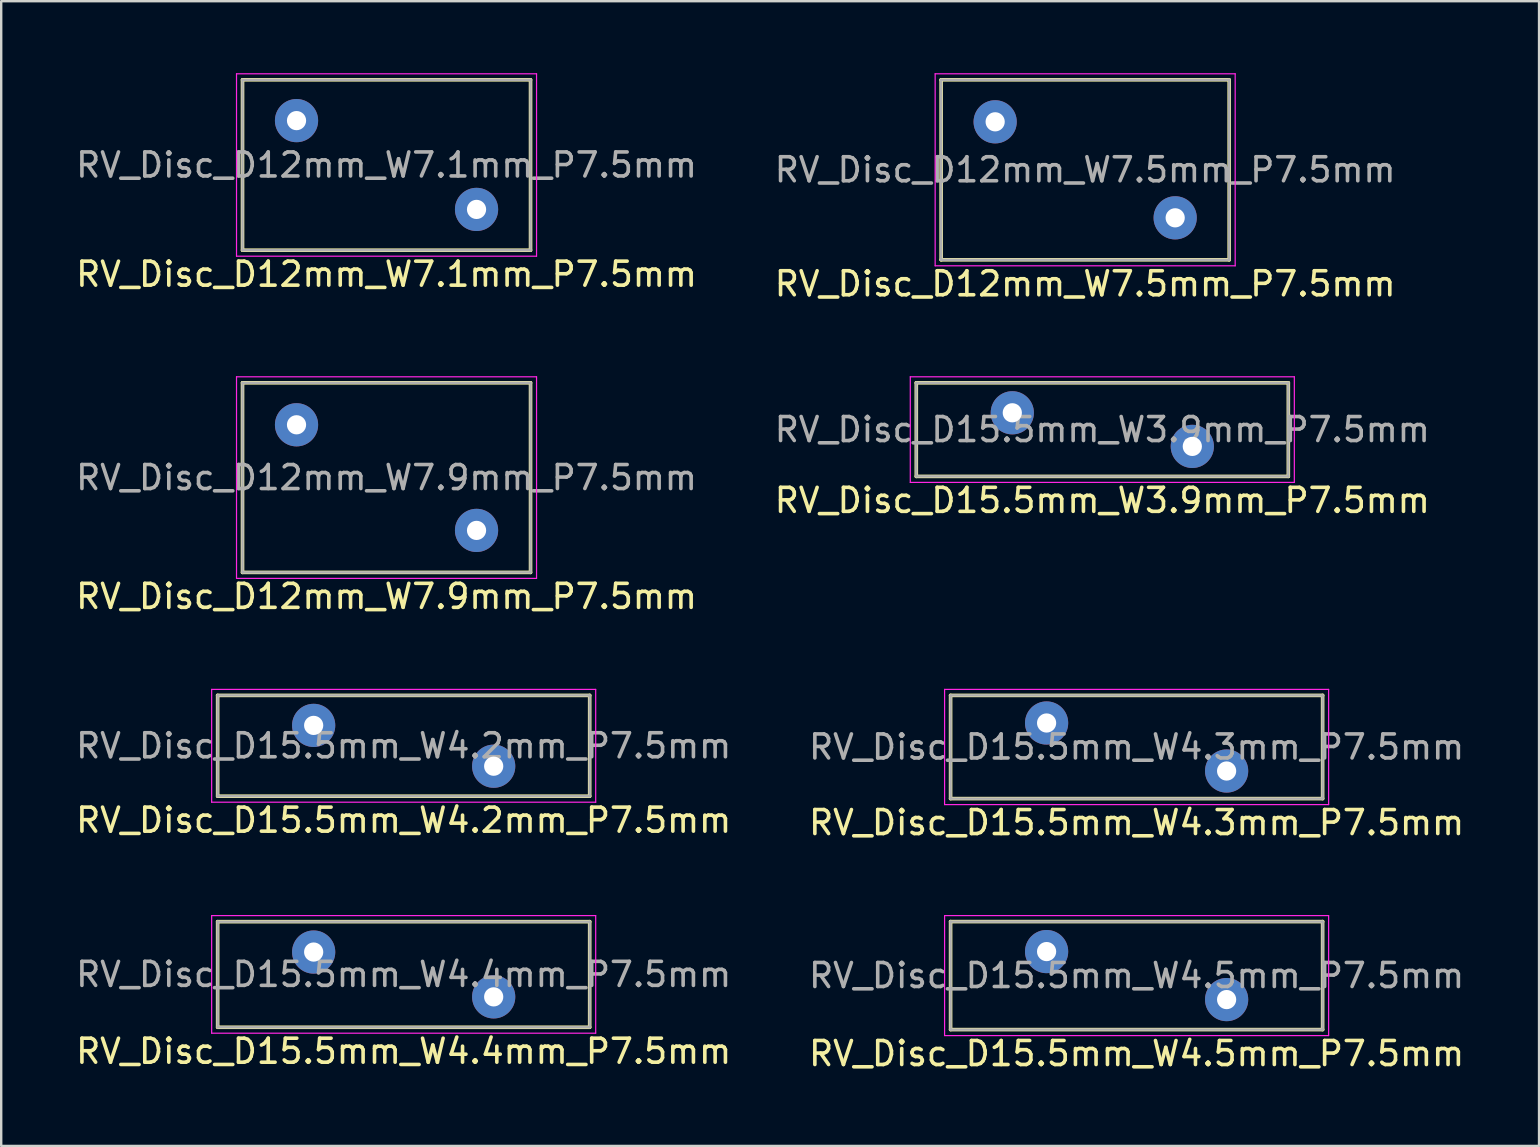
<source format=kicad_pcb>
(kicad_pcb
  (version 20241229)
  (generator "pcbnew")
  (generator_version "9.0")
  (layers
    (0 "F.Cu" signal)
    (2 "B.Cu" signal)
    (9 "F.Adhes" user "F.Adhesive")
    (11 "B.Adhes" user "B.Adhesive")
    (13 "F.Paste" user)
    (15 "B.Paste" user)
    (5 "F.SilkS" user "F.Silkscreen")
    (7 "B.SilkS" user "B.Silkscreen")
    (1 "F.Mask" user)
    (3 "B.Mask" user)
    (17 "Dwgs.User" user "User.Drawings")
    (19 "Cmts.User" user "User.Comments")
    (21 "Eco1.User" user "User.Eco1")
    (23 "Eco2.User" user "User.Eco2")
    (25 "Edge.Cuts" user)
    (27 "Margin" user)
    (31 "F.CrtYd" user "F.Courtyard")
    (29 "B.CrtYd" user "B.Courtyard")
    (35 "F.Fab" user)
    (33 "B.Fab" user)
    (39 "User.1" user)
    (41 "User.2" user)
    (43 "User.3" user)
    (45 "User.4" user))
  (footprint "RV_Disc_D12mm_W7.1mm_P7.5mm"
    (layer "F.Cu")
    (at 9.304 1.975)
    (property "Reference" "RV_Disc_D12mm_W7.1mm_P7.5mm" (at 3.75 6.4 0) (layer "F.SilkS") (effects (font (size 1 1) (thickness 0.15))))
    (attr through_hole)
    (fp_line (start -2.25 -1.7) (end -2.25 5.4) (stroke (width 0.15) (type solid)) (layer "F.SilkS"))
    (fp_line (start -2.25 -1.7) (end 9.75 -1.7) (stroke (width 0.15) (type solid)) (layer "F.SilkS"))
    (fp_line (start -2.25 5.4) (end 9.75 5.4) (stroke (width 0.15) (type solid)) (layer "F.SilkS"))
    (fp_line (start 9.75 -1.7) (end 9.75 5.4) (stroke (width 0.15) (type solid)) (layer "F.SilkS"))
    (fp_line (start -2.5 -1.95) (end -2.5 5.65) (stroke (width 0.05) (type solid)) (layer "F.CrtYd"))
    (fp_line (start -2.5 -1.95) (end 10 -1.95) (stroke (width 0.05) (type solid)) (layer "F.CrtYd"))
    (fp_line (start -2.5 5.65) (end 10 5.65) (stroke (width 0.05) (type solid)) (layer "F.CrtYd"))
    (fp_line (start 10 -1.95) (end 10 5.65) (stroke (width 0.05) (type solid)) (layer "F.CrtYd"))
    (fp_line (start -2.25 -1.7) (end -2.25 5.4) (stroke (width 0.1) (type solid)) (layer "F.Fab"))
    (fp_line (start -2.25 -1.7) (end 9.75 -1.7) (stroke (width 0.1) (type solid)) (layer "F.Fab"))
    (fp_line (start -2.25 5.4) (end 9.75 5.4) (stroke (width 0.1) (type solid)) (layer "F.Fab"))
    (fp_line (start 9.75 -1.7) (end 9.75 5.4) (stroke (width 0.1) (type solid)) (layer "F.Fab"))
    (fp_text user "${REFERENCE}" (at 3.75 1.85 0) (layer "F.Fab") (effects (font (size 1 1) (thickness 0.15))))
    (pad "1" thru_hole circle (at 0 0) (size 1.8 1.8) (drill 0.8) (layers "*.Cu" "*.Mask"))
    (pad "2" thru_hole circle (at 7.5 3.7) (size 1.8 1.8) (drill 0.8) (layers "*.Cu" "*.Mask")))
  (footprint "RV_Disc_D12mm_W7.5mm_P7.5mm"
    (layer "F.Cu")
    (at 38.411 2.025)
    (property "Reference" "RV_Disc_D12mm_W7.5mm_P7.5mm" (at 3.75 6.75 0) (layer "F.SilkS") (effects (font (size 1 1) (thickness 0.15))))
    (attr through_hole)
    (fp_line (start -2.25 -1.75) (end -2.25 5.75) (stroke (width 0.15) (type solid)) (layer "F.SilkS"))
    (fp_line (start -2.25 -1.75) (end 9.75 -1.75) (stroke (width 0.15) (type solid)) (layer "F.SilkS"))
    (fp_line (start -2.25 5.75) (end 9.75 5.75) (stroke (width 0.15) (type solid)) (layer "F.SilkS"))
    (fp_line (start 9.75 -1.75) (end 9.75 5.75) (stroke (width 0.15) (type solid)) (layer "F.SilkS"))
    (fp_line (start -2.5 -2) (end -2.5 6) (stroke (width 0.05) (type solid)) (layer "F.CrtYd"))
    (fp_line (start -2.5 -2) (end 10 -2) (stroke (width 0.05) (type solid)) (layer "F.CrtYd"))
    (fp_line (start -2.5 6) (end 10 6) (stroke (width 0.05) (type solid)) (layer "F.CrtYd"))
    (fp_line (start 10 -2) (end 10 6) (stroke (width 0.05) (type solid)) (layer "F.CrtYd"))
    (fp_line (start -2.25 -1.75) (end -2.25 5.75) (stroke (width 0.1) (type solid)) (layer "F.Fab"))
    (fp_line (start -2.25 -1.75) (end 9.75 -1.75) (stroke (width 0.1) (type solid)) (layer "F.Fab"))
    (fp_line (start -2.25 5.75) (end 9.75 5.75) (stroke (width 0.1) (type solid)) (layer "F.Fab"))
    (fp_line (start 9.75 -1.75) (end 9.75 5.75) (stroke (width 0.1) (type solid)) (layer "F.Fab"))
    (fp_text user "${REFERENCE}" (at 3.75 2 0) (layer "F.Fab") (effects (font (size 1 1) (thickness 0.15))))
    (pad "1" thru_hole circle (at 0 0) (size 1.8 1.8) (drill 0.8) (layers "*.Cu" "*.Mask"))
    (pad "2" thru_hole circle (at 7.5 4) (size 1.8 1.8) (drill 0.8) (layers "*.Cu" "*.Mask")))
  (footprint "RV_Disc_D15.5mm_W4.4mm_P7.5mm"
    (layer "F.Cu")
    (at 10.018 36.615)
    (property "Reference" "RV_Disc_D15.5mm_W4.4mm_P7.5mm" (at 3.75 4.133 0) (layer "F.SilkS") (effects (font (size 1 1) (thickness 0.15))))
    (attr through_hole)
    (fp_line (start -4 -1.267) (end -4 3.133) (stroke (width 0.15) (type solid)) (layer "F.SilkS"))
    (fp_line (start -4 -1.267) (end 11.5 -1.267) (stroke (width 0.15) (type solid)) (layer "F.SilkS"))
    (fp_line (start -4 3.133) (end 11.5 3.133) (stroke (width 0.15) (type solid)) (layer "F.SilkS"))
    (fp_line (start 11.5 -1.267) (end 11.5 3.133) (stroke (width 0.15) (type solid)) (layer "F.SilkS"))
    (fp_line (start -4.25 -1.52) (end -4.25 3.38) (stroke (width 0.05) (type solid)) (layer "F.CrtYd"))
    (fp_line (start -4.25 -1.52) (end 11.75 -1.52) (stroke (width 0.05) (type solid)) (layer "F.CrtYd"))
    (fp_line (start -4.25 3.38) (end 11.75 3.38) (stroke (width 0.05) (type solid)) (layer "F.CrtYd"))
    (fp_line (start 11.75 -1.52) (end 11.75 3.38) (stroke (width 0.05) (type solid)) (layer "F.CrtYd"))
    (fp_line (start -4 -1.267) (end -4 3.133) (stroke (width 0.1) (type solid)) (layer "F.Fab"))
    (fp_line (start -4 -1.267) (end 11.5 -1.267) (stroke (width 0.1) (type solid)) (layer "F.Fab"))
    (fp_line (start -4 3.133) (end 11.5 3.133) (stroke (width 0.1) (type solid)) (layer "F.Fab"))
    (fp_line (start 11.5 -1.267) (end 11.5 3.133) (stroke (width 0.1) (type solid)) (layer "F.Fab"))
    (fp_text user "${REFERENCE}" (at 3.75 0.933 0) (layer "F.Fab") (effects (font (size 1 1) (thickness 0.15))))
    (pad "1" thru_hole circle (at 0 0) (size 1.8 1.8) (drill 0.8) (layers "*.Cu" "*.Mask"))
    (pad "2" thru_hole circle (at 7.5 1.867) (size 1.8 1.8) (drill 0.8) (layers "*.Cu" "*.Mask")))
  (footprint "RV_Disc_D15.5mm_W4.5mm_P7.5mm"
    (layer "F.Cu")
    (at 40.554 36.595)
    (property "Reference" "RV_Disc_D15.5mm_W4.5mm_P7.5mm" (at 3.75 4.25 0) (layer "F.SilkS") (effects (font (size 1 1) (thickness 0.15))))
    (attr through_hole)
    (fp_line (start -4 -1.25) (end -4 3.25) (stroke (width 0.15) (type solid)) (layer "F.SilkS"))
    (fp_line (start -4 -1.25) (end 11.5 -1.25) (stroke (width 0.15) (type solid)) (layer "F.SilkS"))
    (fp_line (start -4 3.25) (end 11.5 3.25) (stroke (width 0.15) (type solid)) (layer "F.SilkS"))
    (fp_line (start 11.5 -1.25) (end 11.5 3.25) (stroke (width 0.15) (type solid)) (layer "F.SilkS"))
    (fp_line (start -4.25 -1.5) (end -4.25 3.5) (stroke (width 0.05) (type solid)) (layer "F.CrtYd"))
    (fp_line (start -4.25 -1.5) (end 11.75 -1.5) (stroke (width 0.05) (type solid)) (layer "F.CrtYd"))
    (fp_line (start -4.25 3.5) (end 11.75 3.5) (stroke (width 0.05) (type solid)) (layer "F.CrtYd"))
    (fp_line (start 11.75 -1.5) (end 11.75 3.5) (stroke (width 0.05) (type solid)) (layer "F.CrtYd"))
    (fp_line (start -4 -1.25) (end -4 3.25) (stroke (width 0.1) (type solid)) (layer "F.Fab"))
    (fp_line (start -4 -1.25) (end 11.5 -1.25) (stroke (width 0.1) (type solid)) (layer "F.Fab"))
    (fp_line (start -4 3.25) (end 11.5 3.25) (stroke (width 0.1) (type solid)) (layer "F.Fab"))
    (fp_line (start 11.5 -1.25) (end 11.5 3.25) (stroke (width 0.1) (type solid)) (layer "F.Fab"))
    (fp_text user "${REFERENCE}" (at 3.75 1 0) (layer "F.Fab") (effects (font (size 1 1) (thickness 0.15))))
    (pad "1" thru_hole circle (at 0 0) (size 1.8 1.8) (drill 0.8) (layers "*.Cu" "*.Mask"))
    (pad "2" thru_hole circle (at 7.5 2) (size 1.8 1.8) (drill 0.8) (layers "*.Cu" "*.Mask")))
  (footprint "RV_Disc_D15.5mm_W4.3mm_P7.5mm"
    (layer "F.Cu")
    (at 40.554 27.072)
    (property "Reference" "RV_Disc_D15.5mm_W4.3mm_P7.5mm" (at 3.75 4.15 0) (layer "F.SilkS") (effects (font (size 1 1) (thickness 0.15))))
    (attr through_hole)
    (fp_line (start -4 -1.15) (end -4 3.15) (stroke (width 0.15) (type solid)) (layer "F.SilkS"))
    (fp_line (start -4 -1.15) (end 11.5 -1.15) (stroke (width 0.15) (type solid)) (layer "F.SilkS"))
    (fp_line (start -4 3.15) (end 11.5 3.15) (stroke (width 0.15) (type solid)) (layer "F.SilkS"))
    (fp_line (start 11.5 -1.15) (end 11.5 3.15) (stroke (width 0.15) (type solid)) (layer "F.SilkS"))
    (fp_line (start -4.25 -1.4) (end -4.25 3.4) (stroke (width 0.05) (type solid)) (layer "F.CrtYd"))
    (fp_line (start -4.25 -1.4) (end 11.75 -1.4) (stroke (width 0.05) (type solid)) (layer "F.CrtYd"))
    (fp_line (start -4.25 3.4) (end 11.75 3.4) (stroke (width 0.05) (type solid)) (layer "F.CrtYd"))
    (fp_line (start 11.75 -1.4) (end 11.75 3.4) (stroke (width 0.05) (type solid)) (layer "F.CrtYd"))
    (fp_line (start -4 -1.15) (end -4 3.15) (stroke (width 0.1) (type solid)) (layer "F.Fab"))
    (fp_line (start -4 -1.15) (end 11.5 -1.15) (stroke (width 0.1) (type solid)) (layer "F.Fab"))
    (fp_line (start -4 3.15) (end 11.5 3.15) (stroke (width 0.1) (type solid)) (layer "F.Fab"))
    (fp_line (start 11.5 -1.15) (end 11.5 3.15) (stroke (width 0.1) (type solid)) (layer "F.Fab"))
    (fp_text user "${REFERENCE}" (at 3.75 1 0) (layer "F.Fab") (effects (font (size 1 1) (thickness 0.15))))
    (pad "1" thru_hole circle (at 0 0) (size 1.8 1.8) (drill 0.8) (layers "*.Cu" "*.Mask"))
    (pad "2" thru_hole circle (at 7.5 2) (size 1.8 1.8) (drill 0.8) (layers "*.Cu" "*.Mask")))
  (footprint "RV_Disc_D12mm_W7.9mm_P7.5mm"
    (layer "F.Cu")
    (at 9.304 14.648)
    (property "Reference" "RV_Disc_D12mm_W7.9mm_P7.5mm" (at 3.75 7.15 0) (layer "F.SilkS") (effects (font (size 1 1) (thickness 0.15))))
    (attr through_hole)
    (fp_line (start -2.25 -1.75) (end -2.25 6.15) (stroke (width 0.15) (type solid)) (layer "F.SilkS"))
    (fp_line (start -2.25 -1.75) (end 9.75 -1.75) (stroke (width 0.15) (type solid)) (layer "F.SilkS"))
    (fp_line (start -2.25 6.15) (end 9.75 6.15) (stroke (width 0.15) (type solid)) (layer "F.SilkS"))
    (fp_line (start 9.75 -1.75) (end 9.75 6.15) (stroke (width 0.15) (type solid)) (layer "F.SilkS"))
    (fp_line (start -2.5 -2) (end -2.5 6.4) (stroke (width 0.05) (type solid)) (layer "F.CrtYd"))
    (fp_line (start -2.5 -2) (end 10 -2) (stroke (width 0.05) (type solid)) (layer "F.CrtYd"))
    (fp_line (start -2.5 6.4) (end 10 6.4) (stroke (width 0.05) (type solid)) (layer "F.CrtYd"))
    (fp_line (start 10 -2) (end 10 6.4) (stroke (width 0.05) (type solid)) (layer "F.CrtYd"))
    (fp_line (start -2.25 -1.75) (end -2.25 6.15) (stroke (width 0.1) (type solid)) (layer "F.Fab"))
    (fp_line (start -2.25 -1.75) (end 9.75 -1.75) (stroke (width 0.1) (type solid)) (layer "F.Fab"))
    (fp_line (start -2.25 6.15) (end 9.75 6.15) (stroke (width 0.1) (type solid)) (layer "F.Fab"))
    (fp_line (start 9.75 -1.75) (end 9.75 6.15) (stroke (width 0.1) (type solid)) (layer "F.Fab"))
    (fp_text user "${REFERENCE}" (at 3.75 2.2 0) (layer "F.Fab") (effects (font (size 1 1) (thickness 0.15))))
    (pad "1" thru_hole circle (at 0 0) (size 1.8 1.8) (drill 0.8) (layers "*.Cu" "*.Mask"))
    (pad "2" thru_hole circle (at 7.5 4.4) (size 1.8 1.8) (drill 0.8) (layers "*.Cu" "*.Mask")))
  (footprint "RV_Disc_D15.5mm_W3.9mm_P7.5mm"
    (layer "F.Cu")
    (at 39.125 14.148)
    (property "Reference" "RV_Disc_D15.5mm_W3.9mm_P7.5mm" (at 3.75 3.65 0) (layer "F.SilkS") (effects (font (size 1 1) (thickness 0.15))))
    (attr through_hole)
    (fp_line (start -4 -1.25) (end -4 2.65) (stroke (width 0.15) (type solid)) (layer "F.SilkS"))
    (fp_line (start -4 -1.25) (end 11.5 -1.25) (stroke (width 0.15) (type solid)) (layer "F.SilkS"))
    (fp_line (start -4 2.65) (end 11.5 2.65) (stroke (width 0.15) (type solid)) (layer "F.SilkS"))
    (fp_line (start 11.5 -1.25) (end 11.5 2.65) (stroke (width 0.15) (type solid)) (layer "F.SilkS"))
    (fp_line (start -4.25 -1.5) (end -4.25 2.9) (stroke (width 0.05) (type solid)) (layer "F.CrtYd"))
    (fp_line (start -4.25 -1.5) (end 11.75 -1.5) (stroke (width 0.05) (type solid)) (layer "F.CrtYd"))
    (fp_line (start -4.25 2.9) (end 11.75 2.9) (stroke (width 0.05) (type solid)) (layer "F.CrtYd"))
    (fp_line (start 11.75 -1.5) (end 11.75 2.9) (stroke (width 0.05) (type solid)) (layer "F.CrtYd"))
    (fp_line (start -4 -1.25) (end -4 2.65) (stroke (width 0.1) (type solid)) (layer "F.Fab"))
    (fp_line (start -4 -1.25) (end 11.5 -1.25) (stroke (width 0.1) (type solid)) (layer "F.Fab"))
    (fp_line (start -4 2.65) (end 11.5 2.65) (stroke (width 0.1) (type solid)) (layer "F.Fab"))
    (fp_line (start 11.5 -1.25) (end 11.5 2.65) (stroke (width 0.1) (type solid)) (layer "F.Fab"))
    (fp_text user "${REFERENCE}" (at 3.75 0.7 0) (layer "F.Fab") (effects (font (size 1 1) (thickness 0.15))))
    (pad "1" thru_hole circle (at 0 0) (size 1.8 1.8) (drill 0.8) (layers "*.Cu" "*.Mask"))
    (pad "2" thru_hole circle (at 7.5 1.4) (size 1.8 1.8) (drill 0.8) (layers "*.Cu" "*.Mask")))
  (footprint "RV_Disc_D15.5mm_W4.2mm_P7.5mm"
    (layer "F.Cu")
    (at 10.018 27.172)
    (property "Reference" "RV_Disc_D15.5mm_W4.2mm_P7.5mm" (at 3.75 3.95 0) (layer "F.SilkS") (effects (font (size 1 1) (thickness 0.15))))
    (attr through_hole)
    (fp_line (start -4 -1.25) (end -4 2.95) (stroke (width 0.15) (type solid)) (layer "F.SilkS"))
    (fp_line (start -4 -1.25) (end 11.5 -1.25) (stroke (width 0.15) (type solid)) (layer "F.SilkS"))
    (fp_line (start -4 2.95) (end 11.5 2.95) (stroke (width 0.15) (type solid)) (layer "F.SilkS"))
    (fp_line (start 11.5 -1.25) (end 11.5 2.95) (stroke (width 0.15) (type solid)) (layer "F.SilkS"))
    (fp_line (start -4.25 -1.5) (end -4.25 3.2) (stroke (width 0.05) (type solid)) (layer "F.CrtYd"))
    (fp_line (start -4.25 -1.5) (end 11.75 -1.5) (stroke (width 0.05) (type solid)) (layer "F.CrtYd"))
    (fp_line (start -4.25 3.2) (end 11.75 3.2) (stroke (width 0.05) (type solid)) (layer "F.CrtYd"))
    (fp_line (start 11.75 -1.5) (end 11.75 3.2) (stroke (width 0.05) (type solid)) (layer "F.CrtYd"))
    (fp_line (start -4 -1.25) (end -4 2.95) (stroke (width 0.1) (type solid)) (layer "F.Fab"))
    (fp_line (start -4 -1.25) (end 11.5 -1.25) (stroke (width 0.1) (type solid)) (layer "F.Fab"))
    (fp_line (start -4 2.95) (end 11.5 2.95) (stroke (width 0.1) (type solid)) (layer "F.Fab"))
    (fp_line (start 11.5 -1.25) (end 11.5 2.95) (stroke (width 0.1) (type solid)) (layer "F.Fab"))
    (fp_text user "${REFERENCE}" (at 3.75 0.85 0) (layer "F.Fab") (effects (font (size 1 1) (thickness 0.15))))
    (pad "1" thru_hole circle (at 0 0) (size 1.8 1.8) (drill 0.8) (layers "*.Cu" "*.Mask"))
    (pad "2" thru_hole circle (at 7.5 1.7) (size 1.8 1.8) (drill 0.8) (layers "*.Cu" "*.Mask")))
  (gr_rect
    (start -3 -3)
    (end 61.071 44.693)
    (stroke (width 0.1) (type default))
    (fill no)
    (layer "Edge.Cuts")))
</source>
